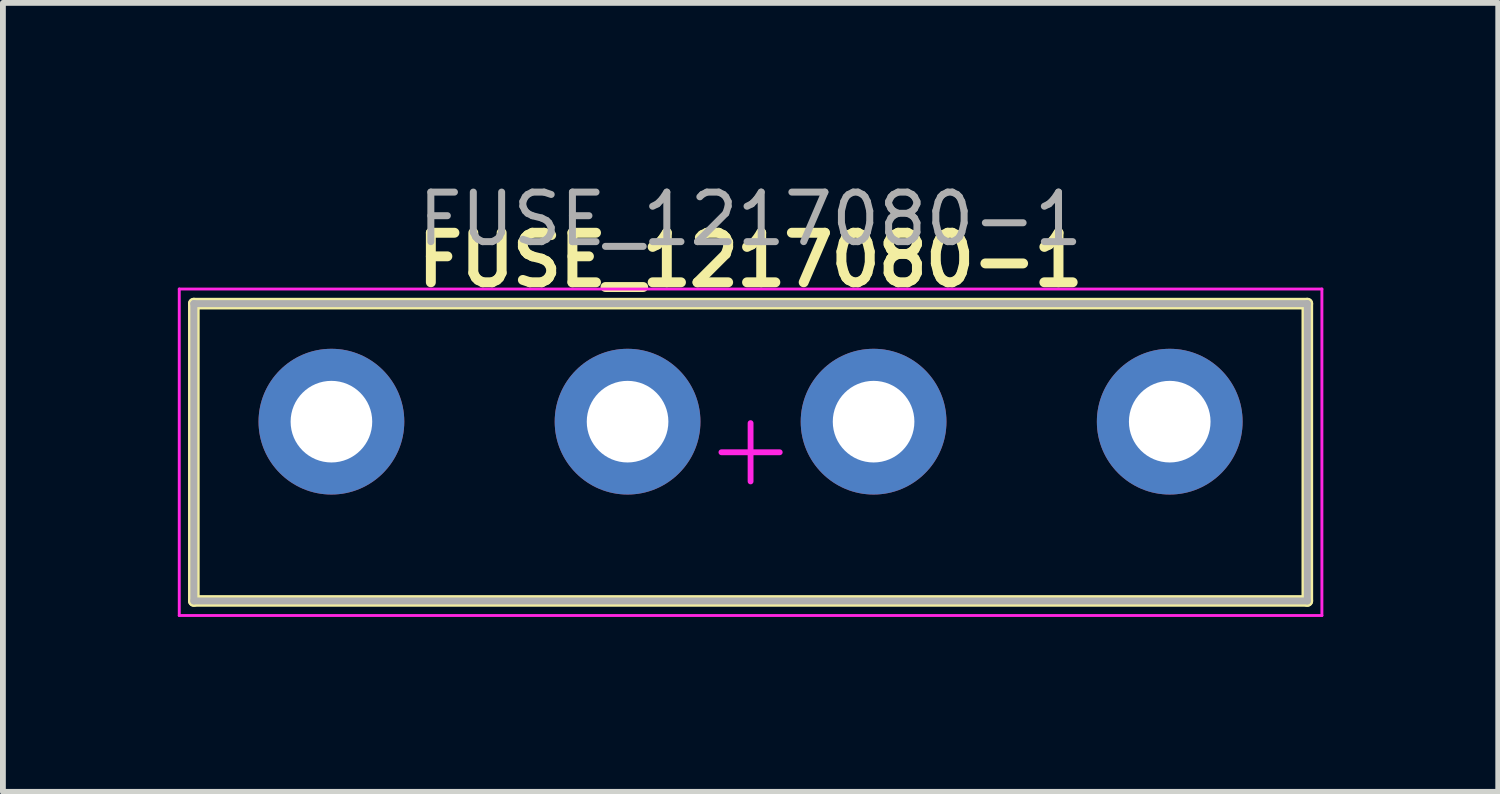
<source format=kicad_pcb>
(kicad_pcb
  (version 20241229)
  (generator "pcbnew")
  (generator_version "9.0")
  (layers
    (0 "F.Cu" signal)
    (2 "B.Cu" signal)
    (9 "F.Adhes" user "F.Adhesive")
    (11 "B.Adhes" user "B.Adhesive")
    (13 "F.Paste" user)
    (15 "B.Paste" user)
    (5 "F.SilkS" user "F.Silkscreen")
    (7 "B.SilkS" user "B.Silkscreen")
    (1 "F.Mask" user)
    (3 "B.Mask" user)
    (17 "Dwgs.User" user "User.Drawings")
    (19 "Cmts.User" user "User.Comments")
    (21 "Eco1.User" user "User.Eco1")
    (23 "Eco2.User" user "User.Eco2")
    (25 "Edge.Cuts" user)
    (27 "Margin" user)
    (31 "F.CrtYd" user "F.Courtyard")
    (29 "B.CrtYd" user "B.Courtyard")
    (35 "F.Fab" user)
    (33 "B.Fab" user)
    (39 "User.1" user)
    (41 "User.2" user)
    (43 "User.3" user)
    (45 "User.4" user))
  (footprint "FUSE_1217080-1"
    (layer "F.Cu")
    (at 9.825 4.708)
    (property "Reference" "FUSE_1217080-1" (at 0 -3.3 0) (layer "F.SilkS") (effects (font (size 0.85 0.85) (thickness 0.17))))
    (attr through_hole)
    (fp_line (start -9.55 -2.55) (end -9.55 2.55) (stroke (width 0.2) (type solid)) (layer "F.SilkS"))
    (fp_line (start -9.55 2.55) (end 9.55 2.55) (stroke (width 0.2) (type solid)) (layer "F.SilkS"))
    (fp_line (start 9.55 -2.55) (end -9.55 -2.55) (stroke (width 0.2) (type solid)) (layer "F.SilkS"))
    (fp_line (start 9.55 2.55) (end 9.55 -2.55) (stroke (width 0.2) (type solid)) (layer "F.SilkS"))
    (fp_line (start -9.8 -2.8) (end 9.8 -2.8) (stroke (width 0.05) (type solid)) (layer "F.CrtYd"))
    (fp_line (start -9.8 2.8) (end -9.8 -2.8) (stroke (width 0.05) (type solid)) (layer "F.CrtYd"))
    (fp_line (start -0.5 0) (end 0.5 0) (stroke (width 0.1) (type solid)) (layer "F.CrtYd"))
    (fp_line (start 0 -0.5) (end 0 0.5) (stroke (width 0.1) (type solid)) (layer "F.CrtYd"))
    (fp_line (start 9.8 -2.8) (end 9.8 2.8) (stroke (width 0.05) (type solid)) (layer "F.CrtYd"))
    (fp_line (start 9.8 2.8) (end -9.8 2.8) (stroke (width 0.05) (type solid)) (layer "F.CrtYd"))
    (fp_line (start -9.55 -2.55) (end -9.55 2.55) (stroke (width 0.12) (type solid)) (layer "F.Fab"))
    (fp_line (start -9.55 -2.55) (end 9.55 -2.55) (stroke (width 0.12) (type solid)) (layer "F.Fab"))
    (fp_line (start -9.55 2.55) (end 9.55 2.55) (stroke (width 0.12) (type solid)) (layer "F.Fab"))
    (fp_line (start 9.55 -2.55) (end 9.55 2.55) (stroke (width 0.12) (type solid)) (layer "F.Fab"))
    (fp_text user "${REFERENCE}" (at 0 -4 0) (layer "F.Fab") (effects (font (size 0.85 0.85) (thickness 0.12))))
    (pad "1" thru_hole circle (at -7.19 -0.525) (size 2.5 2.5) (drill 1.4) (layers "*.Cu" "*.Mask"))
    (pad "1" thru_hole circle (at -2.11 -0.525) (size 2.5 2.5) (drill 1.4) (layers "*.Cu" "*.Mask"))
    (pad "2" thru_hole circle (at 2.11 -0.525) (size 2.5 2.5) (drill 1.4) (layers "*.Cu" "*.Mask"))
    (pad "2" thru_hole circle (at 7.19 -0.525) (size 2.5 2.5) (drill 1.4) (layers "*.Cu" "*.Mask")))
  (gr_rect
    (start -3 -3)
    (end 22.65 10.533)
    (stroke (width 0.1) (type default))
    (fill no)
    (layer "Edge.Cuts")))
</source>
